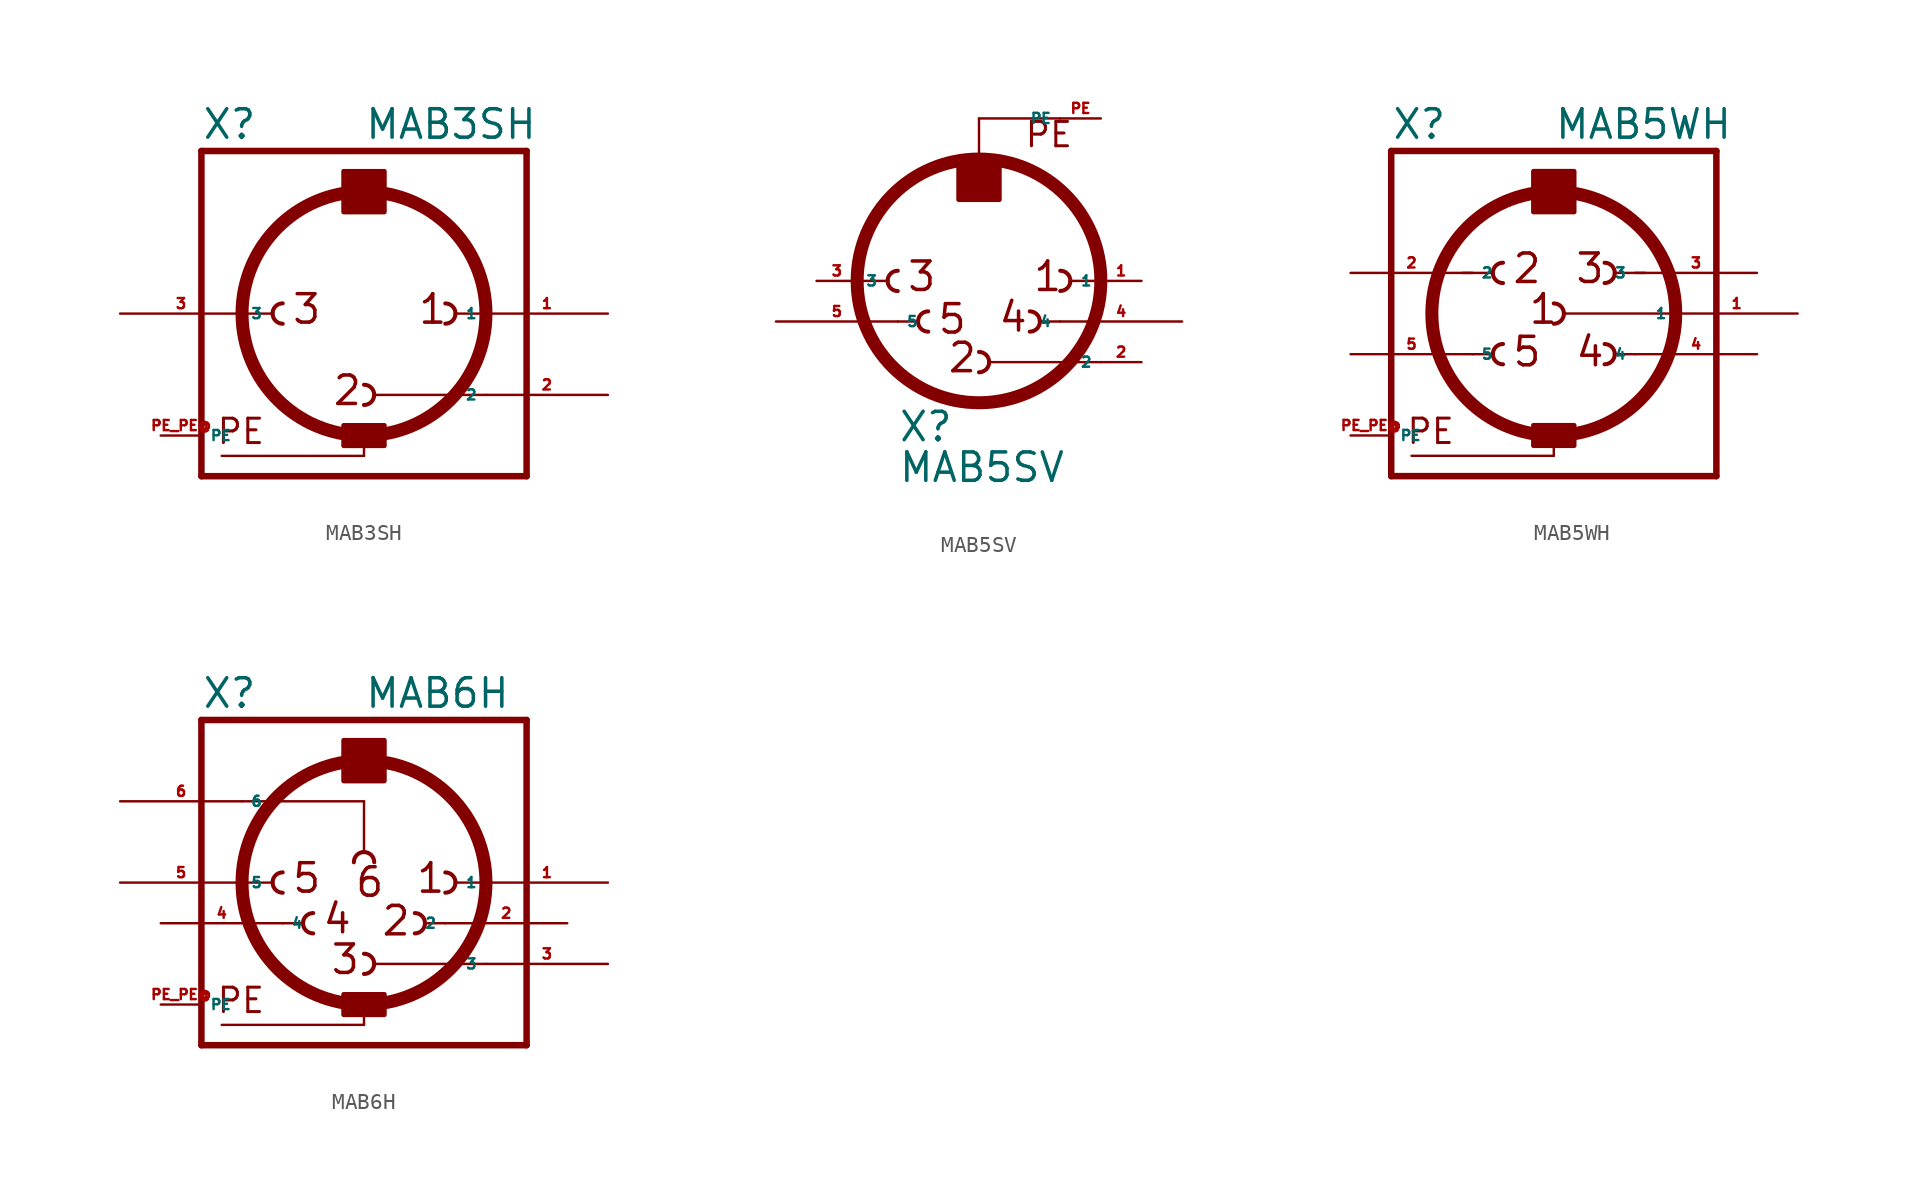
<source format=kicad_sym>
(kicad_symbol_lib
  (version 20220914)
  (generator Eagle2Kicad)
  (symbol "MAB3SH"
    (property "Reference" "X"
      (at -10.16 10.795 0)
      (effects (font (size 1.778 1.778) (thickness 0.22)) (justify left bottom)))
    (property "Value" "MAB3SH"
      (at 0 10.795 0)
      (effects (font (size 1.778 1.778) (thickness 0.22)) (justify left bottom)))
    (arc
      (start 5.715 0)
      (mid 5.529 0.449)
      (end 5.08 0.635)
      (stroke (width 0.254) (type default))
      (fill (type none)))
    (arc
      (start 5.08 -0.635)
      (mid 5.529 -0.449)
      (end 5.715 0)
      (stroke (width 0.254) (type default))
      (fill (type none)))
    (arc
      (start -5.715 0)
      (mid -5.529 -0.449)
      (end -5.08 -0.635)
      (stroke (width 0.254) (type default))
      (fill (type none)))
    (arc
      (start -5.08 0.635)
      (mid -5.529 0.449)
      (end -5.715 0)
      (stroke (width 0.254) (type default))
      (fill (type none)))
    (arc
      (start 0.635 -5.08)
      (mid 0.449 -4.631)
      (end 0 -4.445)
      (stroke (width 0.254) (type default))
      (fill (type none)))
    (arc
      (start 0 -5.715)
      (mid 0.449 -5.529)
      (end 0.635 -5.08)
      (stroke (width 0.254) (type default))
      (fill (type none)))
    (polyline
      (pts (xy -1.27 6.35) (xy 1.27 6.35))
      (stroke (width 0.152) (type default))
      (fill (type none)))
    (polyline
      (pts (xy -10.16 -10.16) (xy 10.16 -10.16))
      (stroke (width 0.406) (type default))
      (fill (type none)))
    (polyline
      (pts (xy 10.16 10.16) (xy 10.16 -10.16))
      (stroke (width 0.406) (type default))
      (fill (type none)))
    (polyline
      (pts (xy 10.16 10.16) (xy -10.16 10.16))
      (stroke (width 0.406) (type default))
      (fill (type none)))
    (polyline
      (pts (xy -10.16 -10.16) (xy -10.16 10.16))
      (stroke (width 0.406) (type default))
      (fill (type none)))
    (polyline
      (pts (xy -7.62 0) (xy -5.715 0))
      (stroke (width 0.152) (type default))
      (fill (type none)))
    (polyline
      (pts (xy 5.715 0) (xy 7.62 0))
      (stroke (width 0.152) (type default))
      (fill (type none)))
    (polyline
      (pts (xy -1.27 6.35) (xy -1.27 8.89))
      (stroke (width 0.152) (type default))
      (fill (type none)))
    (polyline
      (pts (xy -1.27 8.89) (xy 1.27 8.89))
      (stroke (width 0.152) (type default))
      (fill (type none)))
    (polyline
      (pts (xy 1.27 8.89) (xy 1.27 6.35))
      (stroke (width 0.152) (type default))
      (fill (type none)))
    (polyline
      (pts (xy 0.635 -5.08) (xy 7.62 -5.08))
      (stroke (width 0.152) (type default))
      (fill (type none)))
    (polyline
      (pts (xy 0 -8.89) (xy 0 -7.62))
      (stroke (width 0.152) (type default))
      (fill (type none)))
    (polyline
      (pts (xy 0 -8.89) (xy -8.89 -8.89))
      (stroke (width 0.152) (type default))
      (fill (type none)))
    (text "1"
      (at 3.302 -0.762 0)
      (effects (font (size 1.778 1.778) (thickness 0.22)) (justify left bottom)))
    (text "2"
      (at -2.032 -5.842 0)
      (effects (font (size 1.778 1.778) (thickness 0.22)) (justify left bottom)))
    (text "3"
      (at -4.572 -0.762 0)
      (effects (font (size 1.778 1.778) (thickness 0.22)) (justify left bottom)))
    (text "PE"
      (at -9.271 -8.255 0)
      (effects (font (size 1.524 1.524) (thickness 0.19)) (justify left bottom)))
    (circle
      (center 0 0)
      (radius 7.62)
      (stroke (width 0.813) (type default))
      (fill (type none)))
    (rectangle
      (start -1.27 6.35)
      (end 1.27 8.89)
      (stroke (width 0.3) (type default))
      (fill (type outline)))
    (rectangle
      (start -1.27 -8.255)
      (end 1.27 -6.985)
      (stroke (width 0.3) (type default))
      (fill (type outline)))
    (pin passive line
      (at 15.24 0 180)
      (length 7.62)
      (name "1" (effects (font (size 0.635 0.635) (thickness 0.08)) (justify left bottom)))
      (number "1" (effects (font (size 0.635 0.635) (thickness 0.08)) (justify left bottom))))
    (pin passive line
      (at 15.24 -5.08 180)
      (length 7.62)
      (name "2" (effects (font (size 0.635 0.635) (thickness 0.08)) (justify left bottom)))
      (number "2" (effects (font (size 0.635 0.635) (thickness 0.08)) (justify left bottom))))
    (pin passive line
      (at -15.24 0 0)
      (length 7.62)
      (name "3" (effects (font (size 0.635 0.635) (thickness 0.08)) (justify left bottom)))
      (number "3" (effects (font (size 0.635 0.635) (thickness 0.08)) (justify left bottom))))
    (pin unspecified line
      (at -12.7 -7.62 0)
      (length 2.54)
      (name "PE" (effects (font (size 0.635 0.635) (thickness 0.08)) (justify left bottom)))
      (number "PE PE@" (effects (font (size 0.635 0.635) (thickness 0.08)) (justify left bottom)))))
  (symbol "MAB5SV"
    (property "Reference" "X"
      (at -5.08 -10.16 0)
      (effects (font (size 1.778 1.778) (thickness 0.22)) (justify left bottom)))
    (property "Value" "MAB5SV"
      (at -5.08 -12.7 0)
      (effects (font (size 1.778 1.778) (thickness 0.22)) (justify left bottom)))
    (arc
      (start -3.81 -2.54)
      (mid -3.624 -2.989)
      (end -3.175 -3.175)
      (stroke (width 0.254) (type default))
      (fill (type none)))
    (arc
      (start -3.175 -1.905)
      (mid -3.624 -2.091)
      (end -3.81 -2.54)
      (stroke (width 0.254) (type default))
      (fill (type none)))
    (arc
      (start 5.715 0)
      (mid 5.529 0.449)
      (end 5.08 0.635)
      (stroke (width 0.254) (type default))
      (fill (type none)))
    (arc
      (start 5.08 -0.635)
      (mid 5.529 -0.449)
      (end 5.715 0)
      (stroke (width 0.254) (type default))
      (fill (type none)))
    (arc
      (start -5.715 0)
      (mid -5.529 -0.449)
      (end -5.08 -0.635)
      (stroke (width 0.254) (type default))
      (fill (type none)))
    (arc
      (start -5.08 0.635)
      (mid -5.529 0.449)
      (end -5.715 0)
      (stroke (width 0.254) (type default))
      (fill (type none)))
    (arc
      (start 0.635 -5.08)
      (mid 0.449 -4.631)
      (end 0 -4.445)
      (stroke (width 0.254) (type default))
      (fill (type none)))
    (arc
      (start 0 -5.715)
      (mid 0.449 -5.529)
      (end 0.635 -5.08)
      (stroke (width 0.254) (type default))
      (fill (type none)))
    (arc
      (start 3.81 -2.54)
      (mid 3.624 -2.091)
      (end 3.175 -1.905)
      (stroke (width 0.254) (type default))
      (fill (type none)))
    (arc
      (start 3.175 -3.175)
      (mid 3.624 -2.989)
      (end 3.81 -2.54)
      (stroke (width 0.254) (type default))
      (fill (type none)))
    (polyline
      (pts (xy -1.27 5.08) (xy 1.27 5.08))
      (stroke (width 0.152) (type default))
      (fill (type none)))
    (polyline
      (pts (xy -7.62 0) (xy -5.715 0))
      (stroke (width 0.152) (type default))
      (fill (type none)))
    (polyline
      (pts (xy -5.08 -2.54) (xy -3.81 -2.54))
      (stroke (width 0.152) (type default))
      (fill (type none)))
    (polyline
      (pts (xy 3.81 -2.54) (xy 5.08 -2.54))
      (stroke (width 0.152) (type default))
      (fill (type none)))
    (polyline
      (pts (xy 5.715 0) (xy 7.62 0))
      (stroke (width 0.152) (type default))
      (fill (type none)))
    (polyline
      (pts (xy -1.27 5.08) (xy -1.27 7.62))
      (stroke (width 0.152) (type default))
      (fill (type none)))
    (polyline
      (pts (xy -1.27 7.62) (xy 0 7.62))
      (stroke (width 0.152) (type default))
      (fill (type none)))
    (polyline
      (pts (xy 0.635 -5.08) (xy 7.62 -5.08))
      (stroke (width 0.152) (type default))
      (fill (type none)))
    (polyline
      (pts (xy 5.08 10.16) (xy 0 10.16))
      (stroke (width 0.152) (type default))
      (fill (type none)))
    (polyline
      (pts (xy 0 10.16) (xy 0 7.62))
      (stroke (width 0.152) (type default))
      (fill (type none)))
    (polyline
      (pts (xy 0 7.62) (xy 1.27 7.62))
      (stroke (width 0.152) (type default))
      (fill (type none)))
    (polyline
      (pts (xy 1.27 7.62) (xy 1.27 5.08))
      (stroke (width 0.152) (type default))
      (fill (type none)))
    (text "1"
      (at 3.302 -0.762 0)
      (effects (font (size 1.778 1.778) (thickness 0.22)) (justify left bottom)))
    (text "2"
      (at -2.032 -5.842 0)
      (effects (font (size 1.778 1.778) (thickness 0.22)) (justify left bottom)))
    (text "3"
      (at -4.572 -0.762 0)
      (effects (font (size 1.778 1.778) (thickness 0.22)) (justify left bottom)))
    (text "4"
      (at 1.143 -3.302 0)
      (effects (font (size 1.778 1.778) (thickness 0.22)) (justify left bottom)))
    (text "5"
      (at -2.667 -3.429 0)
      (effects (font (size 1.778 1.778) (thickness 0.22)) (justify left bottom)))
    (text "PE"
      (at 2.794 8.255 0)
      (effects (font (size 1.524 1.524) (thickness 0.19)) (justify left bottom)))
    (circle
      (center 0 0)
      (radius 7.62)
      (stroke (width 0.813) (type default))
      (fill (type none)))
    (rectangle
      (start -1.27 5.08)
      (end 1.27 7.62)
      (stroke (width 0.3) (type default))
      (fill (type outline)))
    (pin passive line
      (at 10.16 0 180)
      (length 2.54)
      (name "1" (effects (font (size 0.635 0.635) (thickness 0.08)) (justify left bottom)))
      (number "1" (effects (font (size 0.635 0.635) (thickness 0.08)) (justify left bottom))))
    (pin passive line
      (at 10.16 -5.08 180)
      (length 2.54)
      (name "2" (effects (font (size 0.635 0.635) (thickness 0.08)) (justify left bottom)))
      (number "2" (effects (font (size 0.635 0.635) (thickness 0.08)) (justify left bottom))))
    (pin passive line
      (at -10.16 0 0)
      (length 2.54)
      (name "3" (effects (font (size 0.635 0.635) (thickness 0.08)) (justify left bottom)))
      (number "3" (effects (font (size 0.635 0.635) (thickness 0.08)) (justify left bottom))))
    (pin passive line
      (at 12.7 -2.54 180)
      (length 7.62)
      (name "4" (effects (font (size 0.635 0.635) (thickness 0.08)) (justify left bottom)))
      (number "4" (effects (font (size 0.635 0.635) (thickness 0.08)) (justify left bottom))))
    (pin passive line
      (at -12.7 -2.54 0)
      (length 7.62)
      (name "5" (effects (font (size 0.635 0.635) (thickness 0.08)) (justify left bottom)))
      (number "5" (effects (font (size 0.635 0.635) (thickness 0.08)) (justify left bottom))))
    (pin unspecified line
      (at 7.62 10.16 180)
      (length 2.54)
      (name "PE" (effects (font (size 0.635 0.635) (thickness 0.08)) (justify left bottom)))
      (number "PE" (effects (font (size 0.635 0.635) (thickness 0.08)) (justify left bottom)))))
  (symbol "MAB5WH"
    (property "Reference" "X"
      (at -10.16 10.795 0)
      (effects (font (size 1.778 1.778) (thickness 0.22)) (justify left bottom)))
    (property "Value" "MAB5WH"
      (at 0 10.795 0)
      (effects (font (size 1.778 1.778) (thickness 0.22)) (justify left bottom)))
    (arc
      (start -3.81 -2.54)
      (mid -3.624 -2.989)
      (end -3.175 -3.175)
      (stroke (width 0.254) (type default))
      (fill (type none)))
    (arc
      (start -3.175 -1.905)
      (mid -3.624 -2.091)
      (end -3.81 -2.54)
      (stroke (width 0.254) (type default))
      (fill (type none)))
    (arc
      (start 3.81 2.54)
      (mid 3.624 2.989)
      (end 3.175 3.175)
      (stroke (width 0.254) (type default))
      (fill (type none)))
    (arc
      (start 3.175 1.905)
      (mid 3.624 2.091)
      (end 3.81 2.54)
      (stroke (width 0.254) (type default))
      (fill (type none)))
    (arc
      (start -3.81 2.54)
      (mid -3.624 2.091)
      (end -3.175 1.905)
      (stroke (width 0.254) (type default))
      (fill (type none)))
    (arc
      (start -3.175 3.175)
      (mid -3.624 2.989)
      (end -3.81 2.54)
      (stroke (width 0.254) (type default))
      (fill (type none)))
    (arc
      (start 0.635 0)
      (mid 0.449 0.449)
      (end 0 0.635)
      (stroke (width 0.254) (type default))
      (fill (type none)))
    (arc
      (start 0 -0.635)
      (mid 0.449 -0.449)
      (end 0.635 0)
      (stroke (width 0.254) (type default))
      (fill (type none)))
    (arc
      (start 3.81 -2.54)
      (mid 3.624 -2.091)
      (end 3.175 -1.905)
      (stroke (width 0.254) (type default))
      (fill (type none)))
    (arc
      (start 3.175 -3.175)
      (mid 3.624 -2.989)
      (end 3.81 -2.54)
      (stroke (width 0.254) (type default))
      (fill (type none)))
    (polyline
      (pts (xy -1.27 6.35) (xy 1.27 6.35))
      (stroke (width 0.152) (type default))
      (fill (type none)))
    (polyline
      (pts (xy -10.16 -10.16) (xy 10.16 -10.16))
      (stroke (width 0.406) (type default))
      (fill (type none)))
    (polyline
      (pts (xy 10.16 10.16) (xy 10.16 -10.16))
      (stroke (width 0.406) (type default))
      (fill (type none)))
    (polyline
      (pts (xy 10.16 10.16) (xy -10.16 10.16))
      (stroke (width 0.406) (type default))
      (fill (type none)))
    (polyline
      (pts (xy -10.16 -10.16) (xy -10.16 10.16))
      (stroke (width 0.406) (type default))
      (fill (type none)))
    (polyline
      (pts (xy -5.715 2.54) (xy -3.81 2.54))
      (stroke (width 0.152) (type default))
      (fill (type none)))
    (polyline
      (pts (xy -5.08 -2.54) (xy -3.81 -2.54))
      (stroke (width 0.152) (type default))
      (fill (type none)))
    (polyline
      (pts (xy 3.81 -2.54) (xy 5.08 -2.54))
      (stroke (width 0.152) (type default))
      (fill (type none)))
    (polyline
      (pts (xy 3.81 2.54) (xy 5.715 2.54))
      (stroke (width 0.152) (type default))
      (fill (type none)))
    (polyline
      (pts (xy -1.27 6.35) (xy -1.27 8.89))
      (stroke (width 0.152) (type default))
      (fill (type none)))
    (polyline
      (pts (xy -1.27 8.89) (xy 1.27 8.89))
      (stroke (width 0.152) (type default))
      (fill (type none)))
    (polyline
      (pts (xy 1.27 8.89) (xy 1.27 6.35))
      (stroke (width 0.152) (type default))
      (fill (type none)))
    (polyline
      (pts (xy 0.635 0) (xy 7.62 0))
      (stroke (width 0.152) (type default))
      (fill (type none)))
    (polyline
      (pts (xy 0 -8.89) (xy 0 -7.62))
      (stroke (width 0.152) (type default))
      (fill (type none)))
    (polyline
      (pts (xy 0 -8.89) (xy -8.89 -8.89))
      (stroke (width 0.152) (type default))
      (fill (type none)))
    (text "5"
      (at -2.667 -3.429 0)
      (effects (font (size 1.778 1.778) (thickness 0.22)) (justify left bottom)))
    (text "1"
      (at -1.651 -0.762 0)
      (effects (font (size 1.778 1.778) (thickness 0.22)) (justify left bottom)))
    (text "2"
      (at -2.667 1.778 0)
      (effects (font (size 1.778 1.778) (thickness 0.22)) (justify left bottom)))
    (text "3"
      (at 1.27 1.778 0)
      (effects (font (size 1.778 1.778) (thickness 0.22)) (justify left bottom)))
    (text "4"
      (at 1.27 -3.429 0)
      (effects (font (size 1.778 1.778) (thickness 0.22)) (justify left bottom)))
    (text "PE"
      (at -9.271 -8.255 0)
      (effects (font (size 1.524 1.524) (thickness 0.19)) (justify left bottom)))
    (circle
      (center 0 0)
      (radius 7.62)
      (stroke (width 0.813) (type default))
      (fill (type none)))
    (rectangle
      (start -1.27 6.35)
      (end 1.27 8.89)
      (stroke (width 0.3) (type default))
      (fill (type outline)))
    (rectangle
      (start -1.27 -8.255)
      (end 1.27 -6.985)
      (stroke (width 0.3) (type default))
      (fill (type outline)))
    (pin passive line
      (at 12.7 2.54 180)
      (length 7.62)
      (name "3" (effects (font (size 0.635 0.635) (thickness 0.08)) (justify left bottom)))
      (number "3" (effects (font (size 0.635 0.635) (thickness 0.08)) (justify left bottom))))
    (pin passive line
      (at 15.24 0 180)
      (length 7.62)
      (name "1" (effects (font (size 0.635 0.635) (thickness 0.08)) (justify left bottom)))
      (number "1" (effects (font (size 0.635 0.635) (thickness 0.08)) (justify left bottom))))
    (pin passive line
      (at -12.7 2.54 0)
      (length 7.62)
      (name "2" (effects (font (size 0.635 0.635) (thickness 0.08)) (justify left bottom)))
      (number "2" (effects (font (size 0.635 0.635) (thickness 0.08)) (justify left bottom))))
    (pin passive line
      (at 12.7 -2.54 180)
      (length 7.62)
      (name "4" (effects (font (size 0.635 0.635) (thickness 0.08)) (justify left bottom)))
      (number "4" (effects (font (size 0.635 0.635) (thickness 0.08)) (justify left bottom))))
    (pin passive line
      (at -12.7 -2.54 0)
      (length 7.62)
      (name "5" (effects (font (size 0.635 0.635) (thickness 0.08)) (justify left bottom)))
      (number "5" (effects (font (size 0.635 0.635) (thickness 0.08)) (justify left bottom))))
    (pin unspecified line
      (at -12.7 -7.62 0)
      (length 2.54)
      (name "PE" (effects (font (size 0.635 0.635) (thickness 0.08)) (justify left bottom)))
      (number "PE PE@" (effects (font (size 0.635 0.635) (thickness 0.08)) (justify left bottom)))))
  (symbol "MAB6H"
    (property "Reference" "X"
      (at -10.16 10.795 0)
      (effects (font (size 1.778 1.778) (thickness 0.22)) (justify left bottom)))
    (property "Value" "MAB6H"
      (at 0 10.795 0)
      (effects (font (size 1.778 1.778) (thickness 0.22)) (justify left bottom)))
    (arc
      (start -3.81 -2.54)
      (mid -3.624 -2.989)
      (end -3.175 -3.175)
      (stroke (width 0.254) (type default))
      (fill (type none)))
    (arc
      (start -3.175 -1.905)
      (mid -3.624 -2.091)
      (end -3.81 -2.54)
      (stroke (width 0.254) (type default))
      (fill (type none)))
    (arc
      (start 5.715 0)
      (mid 5.529 0.449)
      (end 5.08 0.635)
      (stroke (width 0.254) (type default))
      (fill (type none)))
    (arc
      (start 5.08 -0.635)
      (mid 5.529 -0.449)
      (end 5.715 0)
      (stroke (width 0.254) (type default))
      (fill (type none)))
    (arc
      (start -5.715 0)
      (mid -5.529 -0.449)
      (end -5.08 -0.635)
      (stroke (width 0.254) (type default))
      (fill (type none)))
    (arc
      (start -5.08 0.635)
      (mid -5.529 0.449)
      (end -5.715 0)
      (stroke (width 0.254) (type default))
      (fill (type none)))
    (arc
      (start 0.635 -5.08)
      (mid 0.449 -4.631)
      (end 0 -4.445)
      (stroke (width 0.254) (type default))
      (fill (type none)))
    (arc
      (start 0 -5.715)
      (mid 0.449 -5.529)
      (end 0.635 -5.08)
      (stroke (width 0.254) (type default))
      (fill (type none)))
    (arc
      (start 3.81 -2.54)
      (mid 3.624 -2.091)
      (end 3.175 -1.905)
      (stroke (width 0.254) (type default))
      (fill (type none)))
    (arc
      (start 3.175 -3.175)
      (mid 3.624 -2.989)
      (end 3.81 -2.54)
      (stroke (width 0.254) (type default))
      (fill (type none)))
    (polyline
      (pts (xy -1.27 6.35) (xy 1.27 6.35))
      (stroke (width 0.152) (type default))
      (fill (type none)))
    (polyline
      (pts (xy -10.16 -10.16) (xy 10.16 -10.16))
      (stroke (width 0.406) (type default))
      (fill (type none)))
    (polyline
      (pts (xy 10.16 10.16) (xy 10.16 -10.16))
      (stroke (width 0.406) (type default))
      (fill (type none)))
    (polyline
      (pts (xy 10.16 10.16) (xy -10.16 10.16))
      (stroke (width 0.406) (type default))
      (fill (type none)))
    (polyline
      (pts (xy -10.16 -10.16) (xy -10.16 10.16))
      (stroke (width 0.406) (type default))
      (fill (type none)))
    (polyline
      (pts (xy -7.62 0) (xy -5.715 0))
      (stroke (width 0.152) (type default))
      (fill (type none)))
    (polyline
      (pts (xy -5.08 -2.54) (xy -3.81 -2.54))
      (stroke (width 0.152) (type default))
      (fill (type none)))
    (polyline
      (pts (xy 3.81 -2.54) (xy 5.08 -2.54))
      (stroke (width 0.152) (type default))
      (fill (type none)))
    (polyline
      (pts (xy 5.715 0) (xy 7.62 0))
      (stroke (width 0.152) (type default))
      (fill (type none)))
    (polyline
      (pts (xy -1.27 6.35) (xy -1.27 8.89))
      (stroke (width 0.152) (type default))
      (fill (type none)))
    (polyline
      (pts (xy -1.27 8.89) (xy 1.27 8.89))
      (stroke (width 0.152) (type default))
      (fill (type none)))
    (polyline
      (pts (xy 1.27 8.89) (xy 1.27 6.35))
      (stroke (width 0.152) (type default))
      (fill (type none)))
    (polyline
      (pts (xy 0.635 -5.08) (xy 7.62 -5.08))
      (stroke (width 0.152) (type default))
      (fill (type none)))
    (arc
      (start 0 1.905)
      (mid -0.449 1.719)
      (end -0.635 1.27)
      (stroke (width 0.254) (type default))
      (fill (type none)))
    (arc
      (start 0.635 1.27)
      (mid 0.449 1.719)
      (end 0 1.905)
      (stroke (width 0.254) (type default))
      (fill (type none)))
    (polyline
      (pts (xy 0 1.905) (xy 0 5.08))
      (stroke (width 0.152) (type default))
      (fill (type none)))
    (polyline
      (pts (xy 0 5.08) (xy -7.62 5.08))
      (stroke (width 0.152) (type default))
      (fill (type none)))
    (polyline
      (pts (xy 0 -8.89) (xy 0 -7.62))
      (stroke (width 0.152) (type default))
      (fill (type none)))
    (polyline
      (pts (xy 0 -8.89) (xy -8.89 -8.89))
      (stroke (width 0.152) (type default))
      (fill (type none)))
    (text "1"
      (at 3.175 -0.762 0)
      (effects (font (size 1.778 1.778) (thickness 0.22)) (justify left bottom)))
    (text "6"
      (at -0.635 -1.016 0)
      (effects (font (size 1.778 1.778) (thickness 0.22)) (justify left bottom)))
    (text "2"
      (at 1.016 -3.429 0)
      (effects (font (size 1.778 1.778) (thickness 0.22)) (justify left bottom)))
    (text "3"
      (at -2.159 -5.842 0)
      (effects (font (size 1.778 1.778) (thickness 0.22)) (justify left bottom)))
    (text "4"
      (at -2.667 -3.302 0)
      (effects (font (size 1.778 1.778) (thickness 0.22)) (justify left bottom)))
    (text "5"
      (at -4.572 -0.762 0)
      (effects (font (size 1.778 1.778) (thickness 0.22)) (justify left bottom)))
    (text "PE"
      (at -9.271 -8.255 0)
      (effects (font (size 1.524 1.524) (thickness 0.19)) (justify left bottom)))
    (circle
      (center 0 0)
      (radius 7.62)
      (stroke (width 0.813) (type default))
      (fill (type none)))
    (rectangle
      (start -1.27 6.35)
      (end 1.27 8.89)
      (stroke (width 0.3) (type default))
      (fill (type outline)))
    (rectangle
      (start -1.27 -8.255)
      (end 1.27 -6.985)
      (stroke (width 0.3) (type default))
      (fill (type outline)))
    (pin passive line
      (at 15.24 0 180)
      (length 7.62)
      (name "1" (effects (font (size 0.635 0.635) (thickness 0.08)) (justify left bottom)))
      (number "1" (effects (font (size 0.635 0.635) (thickness 0.08)) (justify left bottom))))
    (pin passive line
      (at 15.24 -5.08 180)
      (length 7.62)
      (name "3" (effects (font (size 0.635 0.635) (thickness 0.08)) (justify left bottom)))
      (number "3" (effects (font (size 0.635 0.635) (thickness 0.08)) (justify left bottom))))
    (pin passive line
      (at -15.24 0 0)
      (length 7.62)
      (name "5" (effects (font (size 0.635 0.635) (thickness 0.08)) (justify left bottom)))
      (number "5" (effects (font (size 0.635 0.635) (thickness 0.08)) (justify left bottom))))
    (pin passive line
      (at 12.7 -2.54 180)
      (length 7.62)
      (name "2" (effects (font (size 0.635 0.635) (thickness 0.08)) (justify left bottom)))
      (number "2" (effects (font (size 0.635 0.635) (thickness 0.08)) (justify left bottom))))
    (pin passive line
      (at -12.7 -2.54 0)
      (length 7.62)
      (name "4" (effects (font (size 0.635 0.635) (thickness 0.08)) (justify left bottom)))
      (number "4" (effects (font (size 0.635 0.635) (thickness 0.08)) (justify left bottom))))
    (pin passive line
      (at -15.24 5.08 0)
      (length 7.62)
      (name "6" (effects (font (size 0.635 0.635) (thickness 0.08)) (justify left bottom)))
      (number "6" (effects (font (size 0.635 0.635) (thickness 0.08)) (justify left bottom))))
    (pin unspecified line
      (at -12.7 -7.62 0)
      (length 2.54)
      (name "PE" (effects (font (size 0.635 0.635) (thickness 0.08)) (justify left bottom)))
      (number "PE PE@" (effects (font (size 0.635 0.635) (thickness 0.08)) (justify left bottom))))))
</source>
